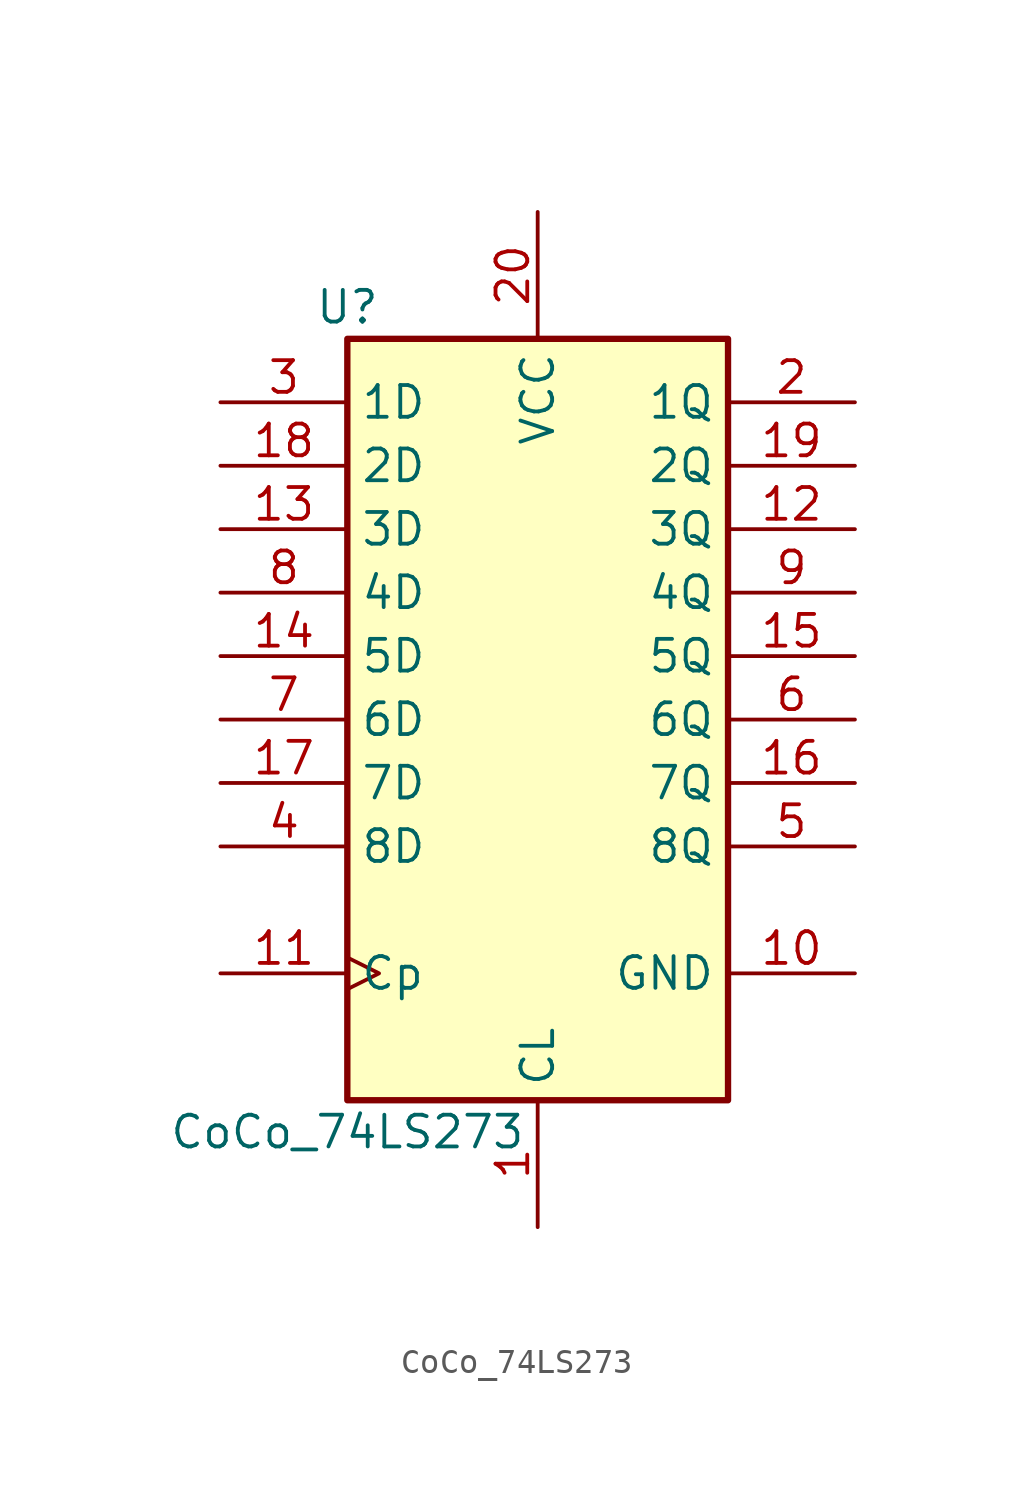
<source format=kicad_sym>
(kicad_symbol_lib
  (version 20211014)
  (generator kicad_symbol_editor)
  (symbol "CoCo_74LS273"
    (property "Reference" "U"
      (at -7.62 16.51 0)
      (effects (font (size 1.27 1.27))))
    (property "Value" "CoCo_74LS273"
      (at -7.62 -16.51 0)
      (effects (font (size 1.27 1.27))))
    (symbol "CoCo_74LS273_1_0"
      (pin input line (at 0 -20.32 90) (length 5.08) (name "CL" (effects (font (size 1.27 1.27)))) (number "1" (effects (font (size 1.27 1.27)))))
      (pin power_in line (at 12.7 -10.16 180) (length 5.08) (name "GND" (effects (font (size 1.27 1.27)))) (number "10" (effects (font (size 1.27 1.27)))))
      (pin input clock (at -12.7 -10.16 0) (length 5.08) (name "Cp" (effects (font (size 1.27 1.27)))) (number "11" (effects (font (size 1.27 1.27)))))
      (pin output line (at 12.7 7.62 180) (length 5.08) (name "3Q" (effects (font (size 1.27 1.27)))) (number "12" (effects (font (size 1.27 1.27)))))
      (pin input line (at -12.7 7.62 0) (length 5.08) (name "3D" (effects (font (size 1.27 1.27)))) (number "13" (effects (font (size 1.27 1.27)))))
      (pin input line (at -12.7 2.54 0) (length 5.08) (name "5D" (effects (font (size 1.27 1.27)))) (number "14" (effects (font (size 1.27 1.27)))))
      (pin output line (at 12.7 2.54 180) (length 5.08) (name "5Q" (effects (font (size 1.27 1.27)))) (number "15" (effects (font (size 1.27 1.27)))))
      (pin output line (at 12.7 -2.54 180) (length 5.08) (name "7Q" (effects (font (size 1.27 1.27)))) (number "16" (effects (font (size 1.27 1.27)))))
      (pin input line (at -12.7 -2.54 0) (length 5.08) (name "7D" (effects (font (size 1.27 1.27)))) (number "17" (effects (font (size 1.27 1.27)))))
      (pin input line (at -12.7 10.16 0) (length 5.08) (name "2D" (effects (font (size 1.27 1.27)))) (number "18" (effects (font (size 1.27 1.27)))))
      (pin output line (at 12.7 10.16 180) (length 5.08) (name "2Q" (effects (font (size 1.27 1.27)))) (number "19" (effects (font (size 1.27 1.27)))))
      (pin output line (at 12.7 12.7 180) (length 5.08) (name "1Q" (effects (font (size 1.27 1.27)))) (number "2" (effects (font (size 1.27 1.27)))))
      (pin power_in line (at 0 20.32 270) (length 5.08) (name "VCC" (effects (font (size 1.27 1.27)))) (number "20" (effects (font (size 1.27 1.27)))))
      (pin input line (at -12.7 12.7 0) (length 5.08) (name "1D" (effects (font (size 1.27 1.27)))) (number "3" (effects (font (size 1.27 1.27)))))
      (pin input line (at -12.7 -5.08 0) (length 5.08) (name "8D" (effects (font (size 1.27 1.27)))) (number "4" (effects (font (size 1.27 1.27)))))
      (pin output line (at 12.7 -5.08 180) (length 5.08) (name "8Q" (effects (font (size 1.27 1.27)))) (number "5" (effects (font (size 1.27 1.27)))))
      (pin output line (at 12.7 0 180) (length 5.08) (name "6Q" (effects (font (size 1.27 1.27)))) (number "6" (effects (font (size 1.27 1.27)))))
      (pin input line (at -12.7 0 0) (length 5.08) (name "6D" (effects (font (size 1.27 1.27)))) (number "7" (effects (font (size 1.27 1.27)))))
      (pin input line (at -12.7 5.08 0) (length 5.08) (name "4D" (effects (font (size 1.27 1.27)))) (number "8" (effects (font (size 1.27 1.27)))))
      (pin output line (at 12.7 5.08 180) (length 5.08) (name "4Q" (effects (font (size 1.27 1.27)))) (number "9" (effects (font (size 1.27 1.27))))))
    (symbol "CoCo_74LS273_1_1"
      (rectangle (start -7.62 15.24) (end 7.62 -15.24) (stroke (width 0.254) (type default) (color 0 0 0 0)) (fill (type background))))))
</source>
